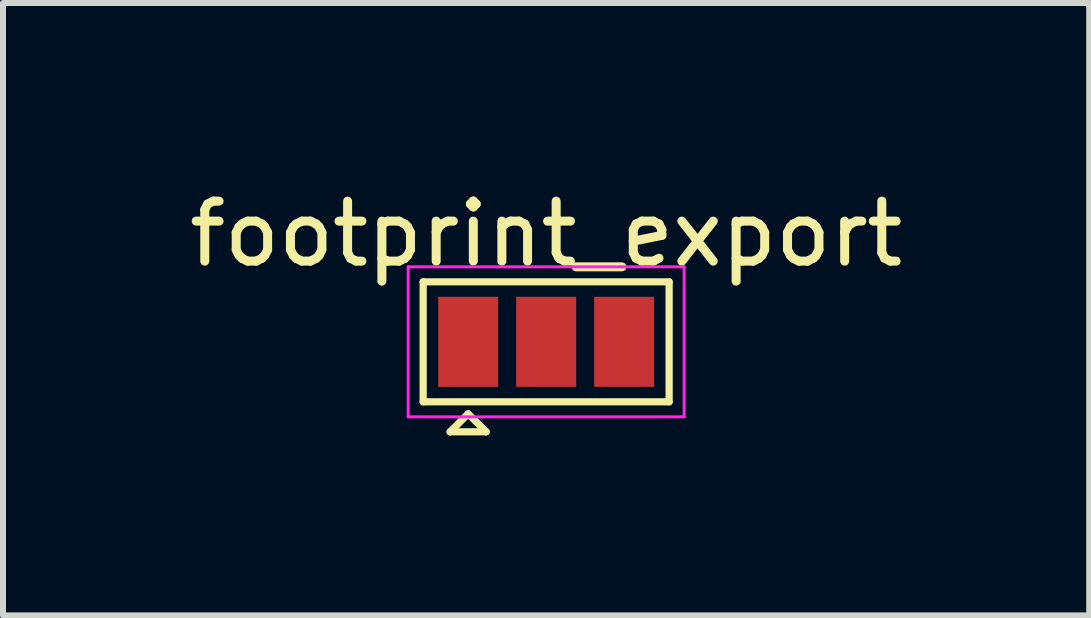
<source format=kicad_pcb>
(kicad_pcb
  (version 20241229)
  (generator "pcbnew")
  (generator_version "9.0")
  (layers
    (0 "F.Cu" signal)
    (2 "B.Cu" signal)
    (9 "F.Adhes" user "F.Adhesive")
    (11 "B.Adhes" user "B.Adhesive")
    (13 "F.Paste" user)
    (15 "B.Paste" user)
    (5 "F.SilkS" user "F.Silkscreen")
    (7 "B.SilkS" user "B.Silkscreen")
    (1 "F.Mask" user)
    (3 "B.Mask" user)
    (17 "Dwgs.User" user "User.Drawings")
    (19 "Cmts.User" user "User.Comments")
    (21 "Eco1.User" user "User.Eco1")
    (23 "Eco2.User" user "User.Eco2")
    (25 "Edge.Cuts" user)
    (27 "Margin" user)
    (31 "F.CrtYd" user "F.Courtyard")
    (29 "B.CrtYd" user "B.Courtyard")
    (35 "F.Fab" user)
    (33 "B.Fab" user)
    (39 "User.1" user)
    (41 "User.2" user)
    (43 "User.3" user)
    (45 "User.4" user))
  (footprint "footprint_export"
    (layer "F.Cu")
    (at 6.054 2.648)
    (property "Reference" "footprint_export" (at 0 -1.8 0) (layer "F.SilkS") (effects (font (size 1 1) (thickness 0.15))))
    (attr exclude_from_pos_files exclude_from_bom)
    (fp_line (start -2.05 -1) (end 2.05 -1) (stroke (width 0.12) (type solid)) (layer "F.SilkS"))
    (fp_line (start -2.05 1) (end -2.05 -1) (stroke (width 0.12) (type solid)) (layer "F.SilkS"))
    (fp_line (start -1.6 1.5) (end -1 1.5) (stroke (width 0.12) (type solid)) (layer "F.SilkS"))
    (fp_line (start -1.3 1.2) (end -1.6 1.5) (stroke (width 0.12) (type solid)) (layer "F.SilkS"))
    (fp_line (start -1.3 1.2) (end -1 1.5) (stroke (width 0.12) (type solid)) (layer "F.SilkS"))
    (fp_line (start 2.05 -1) (end 2.05 1) (stroke (width 0.12) (type solid)) (layer "F.SilkS"))
    (fp_line (start 2.05 1) (end -2.05 1) (stroke (width 0.12) (type solid)) (layer "F.SilkS"))
    (fp_line (start -2.3 -1.25) (end -2.3 1.25) (stroke (width 0.05) (type solid)) (layer "F.CrtYd"))
    (fp_line (start -2.3 -1.25) (end 2.3 -1.25) (stroke (width 0.05) (type solid)) (layer "F.CrtYd"))
    (fp_line (start 2.3 1.25) (end -2.3 1.25) (stroke (width 0.05) (type solid)) (layer "F.CrtYd"))
    (fp_line (start 2.3 1.25) (end 2.3 -1.25) (stroke (width 0.05) (type solid)) (layer "F.CrtYd"))
    (pad "1" smd rect (at -1.3 0) (size 1 1.5) (layers "F.Cu" "F.Mask"))
    (pad "2" smd rect (at 0 0) (size 1 1.5) (layers "F.Cu" "F.Mask"))
    (pad "3" smd rect (at 1.3 0) (size 1 1.5) (layers "F.Cu" "F.Mask")))
  (gr_rect
    (start -3 -3)
    (end 15.107 7.208)
    (stroke (width 0.1) (type default))
    (fill no)
    (layer "Edge.Cuts")))
</source>
